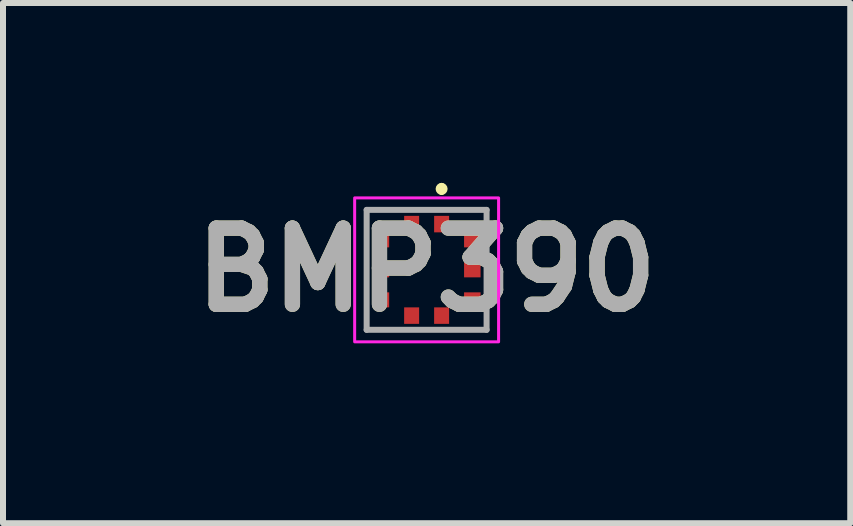
<source format=kicad_pcb>
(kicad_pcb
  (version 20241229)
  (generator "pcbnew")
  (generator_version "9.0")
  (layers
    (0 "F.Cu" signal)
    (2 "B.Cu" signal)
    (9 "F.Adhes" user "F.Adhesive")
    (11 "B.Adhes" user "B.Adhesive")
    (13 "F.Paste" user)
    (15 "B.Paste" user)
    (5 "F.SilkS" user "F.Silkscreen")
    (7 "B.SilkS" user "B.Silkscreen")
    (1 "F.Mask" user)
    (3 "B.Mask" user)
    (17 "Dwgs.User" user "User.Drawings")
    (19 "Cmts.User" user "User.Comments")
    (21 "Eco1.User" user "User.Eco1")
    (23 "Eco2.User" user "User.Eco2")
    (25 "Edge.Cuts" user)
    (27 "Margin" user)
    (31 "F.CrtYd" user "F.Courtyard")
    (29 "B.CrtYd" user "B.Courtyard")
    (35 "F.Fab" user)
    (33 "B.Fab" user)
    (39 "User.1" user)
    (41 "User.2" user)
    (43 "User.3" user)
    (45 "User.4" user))
  (footprint "BMP390"
    (layer "F.Cu")
    (at 4.064 1.45)
    (property "Reference" "BMP390" (at 0 0 0) (layer "F.SilkS") (effects (font (size 1.27 1.27) (thickness 0.254))))
    (attr smd)
    (fp_line (start 0.25 -1.4) (end 0.25 -1.4) (stroke (width 0.1) (type solid)) (layer "F.SilkS"))
    (fp_line (start 0.25 -1.3) (end 0.25 -1.3) (stroke (width 0.1) (type solid)) (layer "F.SilkS"))
    (fp_arc (start 0.25 -1.4) (mid 0.3 -1.35) (end 0.25 -1.3) (stroke (width 0.1) (type solid)) (layer "F.SilkS"))
    (fp_arc (start 0.25 -1.3) (mid 0.2 -1.35) (end 0.25 -1.4) (stroke (width 0.1) (type solid)) (layer "F.SilkS"))
    (fp_rect (start -1.2 -1.2) (end 1.2 1.2) (stroke (width 0.05) (type default)) (fill no) (layer "F.CrtYd"))
    (fp_line (start -1 -1) (end 1 -1) (stroke (width 0.1) (type solid)) (layer "F.Fab"))
    (fp_line (start -1 1) (end -1 -1) (stroke (width 0.1) (type solid)) (layer "F.Fab"))
    (fp_line (start 1 -1) (end 1 1) (stroke (width 0.1) (type solid)) (layer "F.Fab"))
    (fp_line (start 1 1) (end -1 1) (stroke (width 0.1) (type solid)) (layer "F.Fab"))
    (fp_text user "${REFERENCE}" (at 0 0 0) (layer "F.Fab") (effects (font (size 1.27 1.27) (thickness 0.254))))
    (pad "1" smd rect (at 0.25 -0.763) (size 0.25 0.275) (layers "F.Cu" "F.Mask" "F.Paste"))
    (pad "2" smd rect (at -0.25 -0.763) (size 0.25 0.275) (layers "F.Cu" "F.Mask" "F.Paste"))
    (pad "3" smd rect (at -0.762 -0.5 90) (size 0.25 0.275) (layers "F.Cu" "F.Mask" "F.Paste"))
    (pad "4" smd rect (at -0.762 0 90) (size 0.25 0.275) (layers "F.Cu" "F.Mask" "F.Paste"))
    (pad "5" smd rect (at -0.762 0.5 90) (size 0.25 0.275) (layers "F.Cu" "F.Mask" "F.Paste"))
    (pad "6" smd rect (at -0.25 0.763) (size 0.25 0.275) (layers "F.Cu" "F.Mask" "F.Paste"))
    (pad "7" smd rect (at 0.25 0.763) (size 0.25 0.275) (layers "F.Cu" "F.Mask" "F.Paste"))
    (pad "8" smd rect (at 0.762 0.5 90) (size 0.25 0.275) (layers "F.Cu" "F.Mask" "F.Paste"))
    (pad "9" smd rect (at 0.762 0 90) (size 0.25 0.275) (layers "F.Cu" "F.Mask" "F.Paste"))
    (pad "10" smd rect (at 0.762 -0.5 90) (size 0.25 0.275) (layers "F.Cu" "F.Mask" "F.Paste")))
  (gr_rect
    (start -3 -3)
    (end 11.128 5.675)
    (stroke (width 0.1) (type default))
    (fill no)
    (layer "Edge.Cuts")))
</source>
